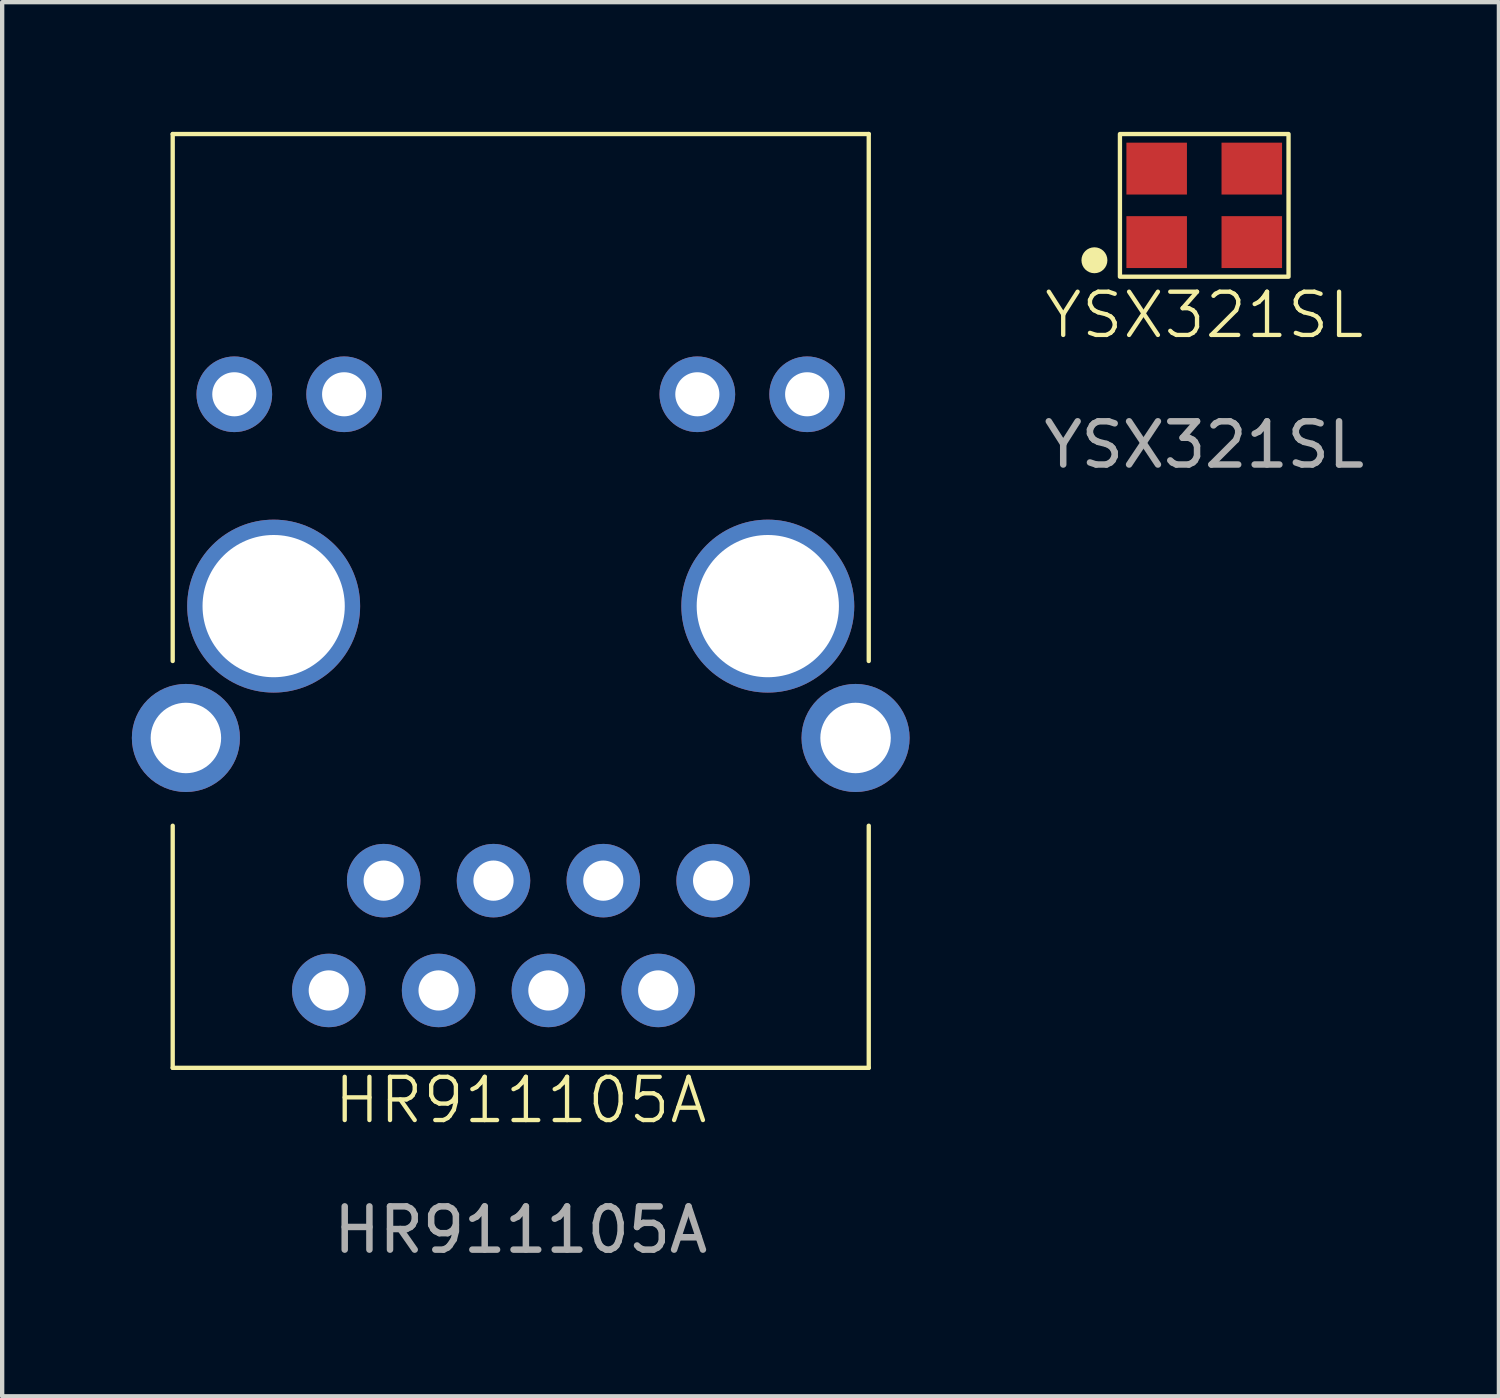
<source format=kicad_pcb>
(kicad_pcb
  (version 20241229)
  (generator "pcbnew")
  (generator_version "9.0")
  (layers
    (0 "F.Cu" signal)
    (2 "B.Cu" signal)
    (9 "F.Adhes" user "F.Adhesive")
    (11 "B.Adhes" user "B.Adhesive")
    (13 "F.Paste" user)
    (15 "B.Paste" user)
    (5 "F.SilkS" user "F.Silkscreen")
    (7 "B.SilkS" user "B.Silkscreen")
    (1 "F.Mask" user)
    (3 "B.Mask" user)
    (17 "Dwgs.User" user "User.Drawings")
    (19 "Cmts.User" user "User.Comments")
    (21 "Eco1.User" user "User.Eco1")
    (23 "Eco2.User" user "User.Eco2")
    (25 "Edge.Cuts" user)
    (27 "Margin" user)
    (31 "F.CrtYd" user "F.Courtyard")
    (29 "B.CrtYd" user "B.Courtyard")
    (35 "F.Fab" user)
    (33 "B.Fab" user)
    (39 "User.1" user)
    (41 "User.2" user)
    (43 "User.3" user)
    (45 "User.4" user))
  (footprint "YSX321SL"
    (layer "F.Cu")
    (at 24.805 1.7)
    (property "Reference" "YSX321SL" (at 0 2.54 0) (unlocked yes) (layer "F.SilkS") (effects (font (size 1 1) (thickness 0.1))))
    (attr smd)
    (fp_rect (start -1.95 -1.65) (end 1.95 1.65) (stroke (width 0.1) (type default)) (fill no) (layer "F.SilkS"))
    (fp_circle (center -2.54 1.27) (end -2.29 1.27) (stroke (width 0.1) (type solid)) (fill yes) (layer "F.SilkS"))
    (fp_text user "${REFERENCE}" (at 0 5.54 0) (unlocked yes) (layer "F.Fab") (effects (font (size 1 1) (thickness 0.15))))
    (pad "1" smd rect (at -1.1 0.85) (size 1.4 1.2) (layers "F.Cu" "F.Mask" "F.Paste"))
    (pad "2" smd rect (at 1.1 0.85) (size 1.4 1.2) (layers "F.Cu" "F.Mask" "F.Paste"))
    (pad "3" smd rect (at 1.1 -0.85) (size 1.4 1.2) (layers "F.Cu" "F.Mask" "F.Paste"))
    (pad "4" smd rect (at -1.1 -0.85) (size 1.4 1.2) (layers "F.Cu" "F.Mask" "F.Paste")))
  (footprint "HR911105A"
    (layer "F.Cu")
    (at 8.995 10.97)
    (property "Reference" "HR911105A" (at 0 11.43 0) (unlocked yes) (layer "F.SilkS") (effects (font (size 1 1) (thickness 0.1))))
    (attr through_hole)
    (fp_line (start -8.05 -10.92) (end -8.05 1.27) (stroke (width 0.1) (type default)) (layer "F.SilkS"))
    (fp_line (start -8.05 -10.92) (end 8.05 -10.92) (stroke (width 0.1) (type default)) (layer "F.SilkS"))
    (fp_line (start -8.05 5.08) (end -8.05 10.68) (stroke (width 0.1) (type default)) (layer "F.SilkS"))
    (fp_line (start -8.05 10.68) (end 8.05 10.68) (stroke (width 0.1) (type default)) (layer "F.SilkS"))
    (fp_line (start 8.05 -10.92) (end 8.05 1.27) (stroke (width 0.1) (type default)) (layer "F.SilkS"))
    (fp_line (start 8.05 5.08) (end 8.05 10.68) (stroke (width 0.1) (type default)) (layer "F.SilkS"))
    (fp_text user "${REFERENCE}" (at 0 14.43 0) (unlocked yes) (layer "F.Fab") (effects (font (size 1 1) (thickness 0.15))))
    (pad "" thru_hole circle (at -7.745 3.05) (size 2.5 2.5) (drill 1.63) (layers "*.Cu" "*.Mask"))
    (pad "" thru_hole circle (at -5.715 0) (size 4 4) (drill 3.29) (layers "*.Cu" "*.Mask"))
    (pad "" thru_hole circle (at 5.715 0) (size 4 4) (drill 3.29) (layers "*.Cu" "*.Mask"))
    (pad "" thru_hole circle (at 7.745 3.05) (size 2.5 2.5) (drill 1.63) (layers "*.Cu" "*.Mask"))
    (pad "1" thru_hole circle (at 4.45 6.35) (size 1.7 1.7) (drill 0.93) (layers "*.Cu" "*.Mask"))
    (pad "2" thru_hole circle (at 3.18 8.89) (size 1.7 1.7) (drill 0.93) (layers "*.Cu" "*.Mask"))
    (pad "3" thru_hole circle (at 1.91 6.35) (size 1.7 1.7) (drill 0.93) (layers "*.Cu" "*.Mask"))
    (pad "4" thru_hole circle (at 0.64 8.89) (size 1.7 1.7) (drill 0.93) (layers "*.Cu" "*.Mask"))
    (pad "5" thru_hole circle (at -0.63 6.35) (size 1.7 1.7) (drill 0.93) (layers "*.Cu" "*.Mask"))
    (pad "6" thru_hole circle (at -1.9 8.89) (size 1.7 1.7) (drill 0.93) (layers "*.Cu" "*.Mask"))
    (pad "7" thru_hole circle (at -3.17 6.35) (size 1.7 1.7) (drill 0.93) (layers "*.Cu" "*.Mask"))
    (pad "8" thru_hole circle (at -4.44 8.89) (size 1.7 1.7) (drill 0.93) (layers "*.Cu" "*.Mask"))
    (pad "9" thru_hole circle (at 6.625 -4.9) (size 1.75 1.75) (drill 1.02) (layers "*.Cu" "*.Mask"))
    (pad "10" thru_hole circle (at 4.085 -4.9) (size 1.75 1.75) (drill 1.02) (layers "*.Cu" "*.Mask"))
    (pad "11" thru_hole circle (at -4.085 -4.9) (size 1.75 1.75) (drill 1.02) (layers "*.Cu" "*.Mask"))
    (pad "12" thru_hole circle (at -6.625 -4.9) (size 1.75 1.75) (drill 1.02) (layers "*.Cu" "*.Mask")))
  (gr_rect
    (start -3 -3)
    (end 31.621 29.248)
    (stroke (width 0.1) (type default))
    (fill no)
    (layer "Edge.Cuts")))
</source>
